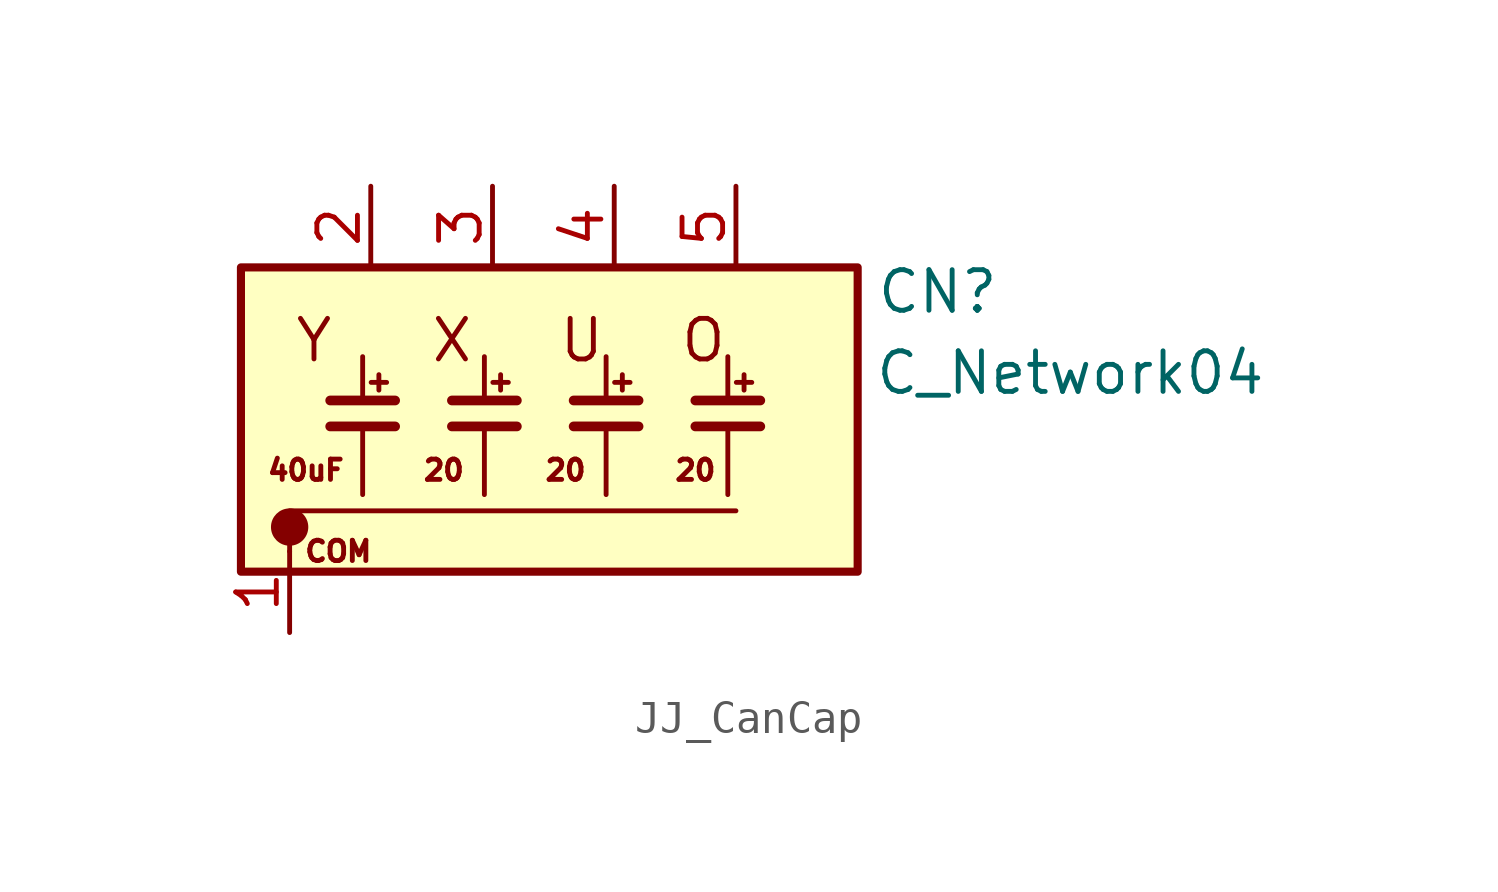
<source format=kicad_sym>
(kicad_symbol_lib
  (version 20241209)
  (generator "kicad_symbol_editor")
  (generator_version "9.0")
  (symbol "JJ_CanCap"
    (pin_names
      (offset 0)
      (hide yes))
    (property "Reference" "CN"
      (at 14.529 4.318 0)
      (effects (font (size 1.27 1.27)) (justify left)))
    (property "Value" "C_Network04"
      (at 14.478 1.778 0)
      (effects (font (size 1.27 1.27)) (justify left)))
    (symbol "JJ_CanCap_0_1"
      (rectangle (start -5.334 5.08) (end 13.97 -4.445) (stroke (width 0.254) (type default)) (fill (type background)))
      (polyline (pts (xy -3.81 -2.54) (xy 10.16 -2.54)) (stroke (width 0) (type default)) (fill (type none)))
      (circle (center -3.81 -3.048) (radius 0.508) (stroke (width 0) (type default)) (fill (type outline)))
      (polyline (pts (xy -3.81 -3.81) (xy -3.81 -3.048)) (stroke (width 0) (type default)) (fill (type none)))
      (polyline (pts (xy -1.524 2.286) (xy -1.524 0.914)) (stroke (width 0) (type default)) (fill (type none)))
      (polyline (pts (xy -1.524 -2.032) (xy -1.524 0.102)) (stroke (width 0) (type default)) (fill (type none)))
      (polyline (pts (xy 2.286 2.286) (xy 2.286 0.914)) (stroke (width 0) (type default)) (fill (type none)))
      (polyline (pts (xy 2.286 -2.032) (xy 2.286 0.102)) (stroke (width 0) (type default)) (fill (type none)))
      (polyline (pts (xy 6.096 2.286) (xy 6.096 0.914)) (stroke (width 0) (type default)) (fill (type none)))
      (polyline (pts (xy 6.096 -2.032) (xy 6.096 0.102)) (stroke (width 0) (type default)) (fill (type none)))
      (polyline (pts (xy 9.906 2.286) (xy 9.906 0.914)) (stroke (width 0) (type default)) (fill (type none)))
      (polyline (pts (xy 9.906 -2.032) (xy 9.906 0.102)) (stroke (width 0) (type default)) (fill (type none))))
    (symbol "JJ_CanCap_1_1"
      (polyline (pts (xy -2.54 0.914) (xy -0.508 0.914)) (stroke (width 0.305) (type default)) (fill (type none)))
      (polyline (pts (xy -2.54 0.102) (xy -0.508 0.102)) (stroke (width 0.305) (type default)) (fill (type none)))
      (polyline (pts (xy 1.27 0.914) (xy 3.302 0.914)) (stroke (width 0.305) (type default)) (fill (type none)))
      (polyline (pts (xy 1.27 0.102) (xy 3.302 0.102)) (stroke (width 0.305) (type default)) (fill (type none)))
      (polyline (pts (xy 5.08 0.914) (xy 7.112 0.914)) (stroke (width 0.305) (type default)) (fill (type none)))
      (polyline (pts (xy 5.08 0.102) (xy 7.112 0.102)) (stroke (width 0.305) (type default)) (fill (type none)))
      (polyline (pts (xy 8.89 0.914) (xy 10.922 0.914)) (stroke (width 0.305) (type default)) (fill (type none)))
      (polyline (pts (xy 8.89 0.102) (xy 10.922 0.102)) (stroke (width 0.305) (type default)) (fill (type none)))
      (text "40uF" (at -3.302 -1.27 0) (effects (font (size 0.635 0.635))))
      (text "Y" (at -3.048 2.794 0) (effects (font (size 1.27 1.27))))
      (text "COM" (at -2.286 -3.81 0) (effects (font (size 0.635 0.635))))
      (text "+" (at -1.016 1.524 0) (effects (font (size 0.635 0.635))))
      (text "20" (at 1.016 -1.27 0) (effects (font (size 0.635 0.635))))
      (text "X" (at 1.27 2.794 0) (effects (font (size 1.27 1.27))))
      (text "+" (at 2.794 1.524 0) (effects (font (size 0.635 0.635))))
      (text "20" (at 4.826 -1.27 0) (effects (font (size 0.635 0.635))))
      (text "U" (at 5.334 2.794 0) (effects (font (size 1.27 1.27))))
      (text "+" (at 6.604 1.524 0) (effects (font (size 0.635 0.635))))
      (text "20" (at 8.89 -1.27 0) (effects (font (size 0.635 0.635))))
      (text "O" (at 9.144 2.794 0) (effects (font (size 1.27 1.27))))
      (text "+" (at 10.414 1.524 0) (effects (font (size 0.635 0.635))))
      (pin passive line (at -3.81 -6.35 90) (length 2.54) (name "common" (effects (font (size 1.27 1.27)))) (number "1" (effects (font (size 1.27 1.27)))))
      (pin passive line (at -1.27 7.62 270) (length 2.54) (name "C1" (effects (font (size 1.27 1.27)))) (number "2" (effects (font (size 1.27 1.27)))))
      (pin passive line (at 2.54 7.62 270) (length 2.54) (name "C2" (effects (font (size 1.27 1.27)))) (number "3" (effects (font (size 1.27 1.27)))))
      (pin passive line (at 6.35 7.62 270) (length 2.54) (name "C3" (effects (font (size 1.27 1.27)))) (number "4" (effects (font (size 1.27 1.27)))))
      (pin passive line (at 10.16 7.62 270) (length 2.54) (name "C4" (effects (font (size 1.27 1.27)))) (number "5" (effects (font (size 1.27 1.27))))))))
</source>
